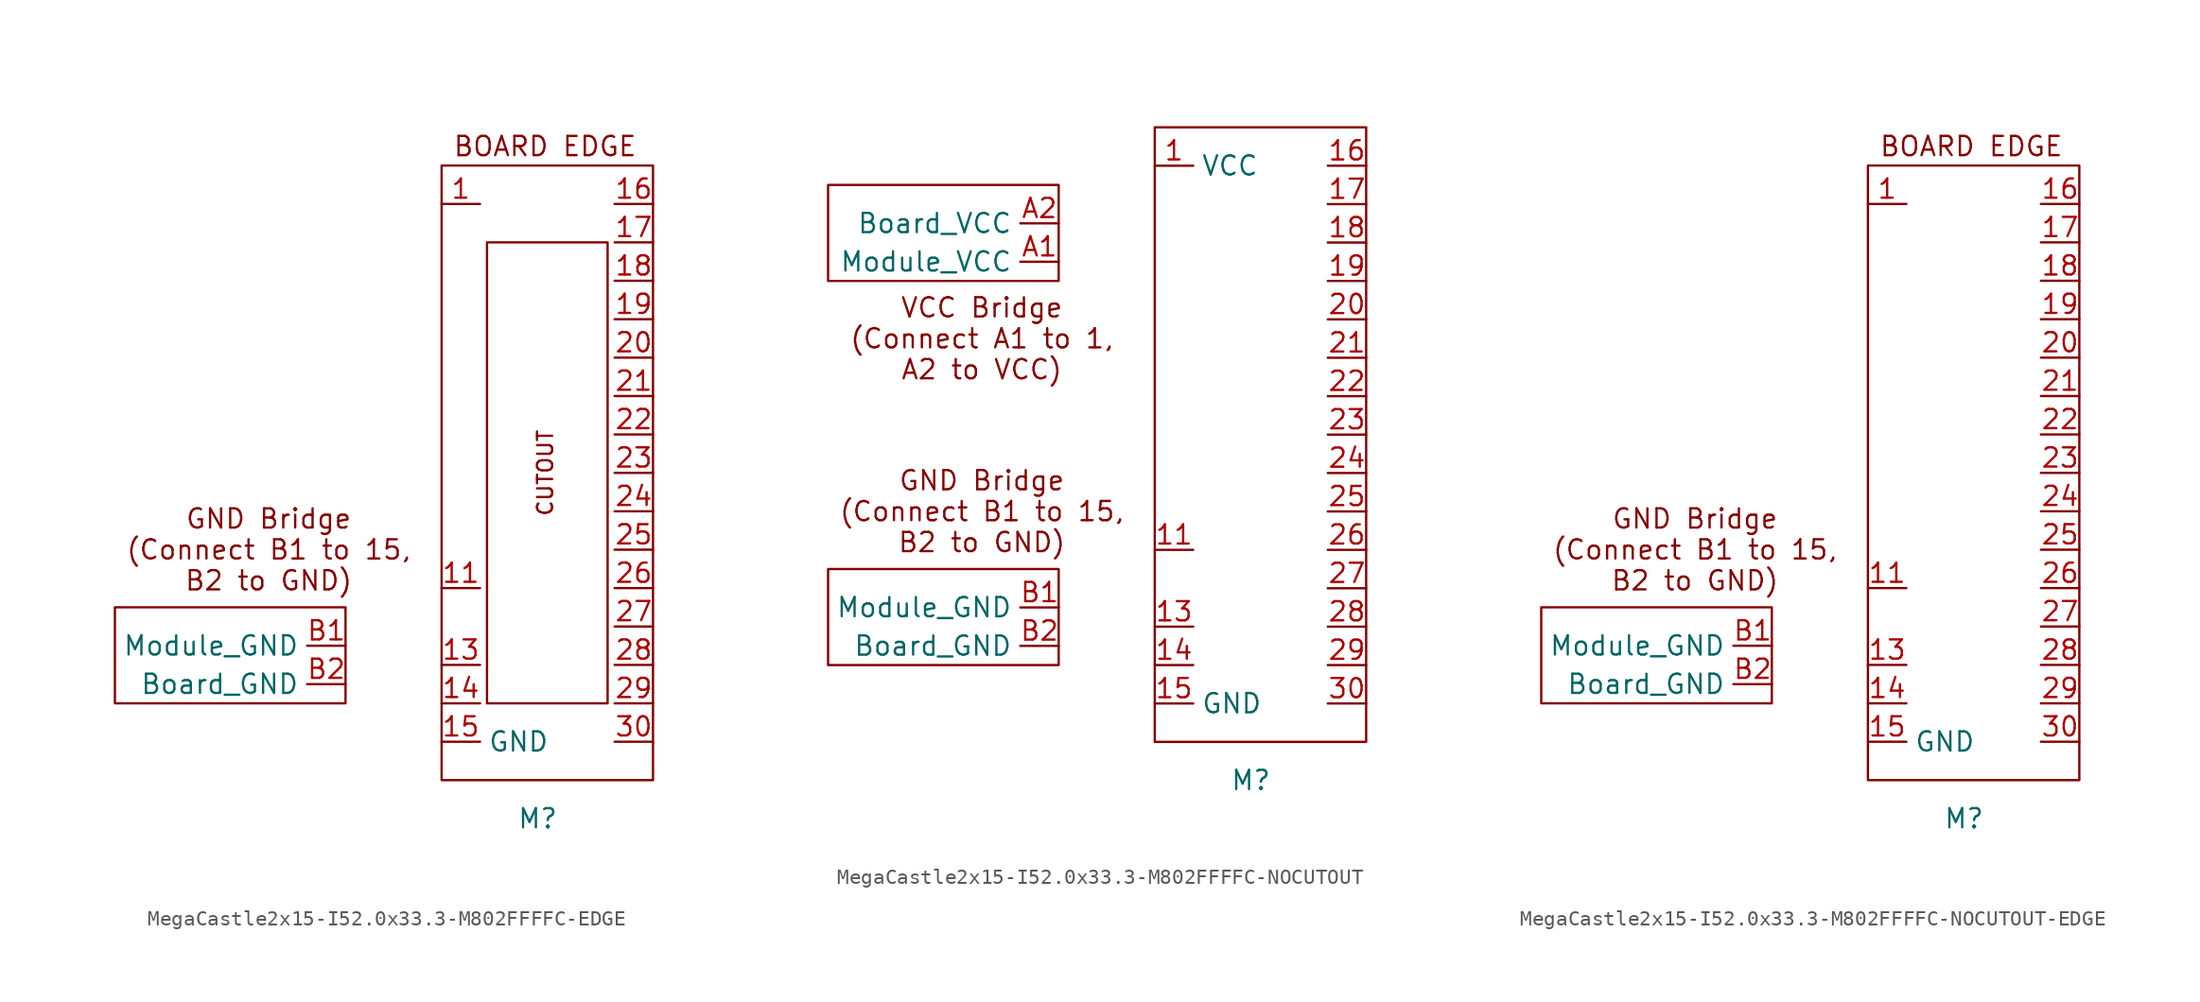
<source format=kicad_sym>
(kicad_symbol_lib
  (version 20231120)
  (generator "kicad_symbol_editor")
  (generator_version "8.0")
  (symbol "MegaCastle2x15-I52.0x33.3-M802FFFFC-EDGE"
    (property "Reference" "M"
      (at 0 -22.86 0)
      (effects (font (size 1.27 1.27))))
    (property "Value" ""
      (at 0 5.08 0)
      (effects (font (size 1.27 1.27))))
    (symbol "MegaCastle2x15-I52.0x33.3-M802FFFFC-EDGE_0_1"
      (rectangle (start -27.94 -8.89) (end -12.7 -15.24) (stroke (width 0) (type default)) (fill (type none)))
      (rectangle (start -6.35 20.32) (end 7.62 -20.32) (stroke (width 0) (type default)) (fill (type none)))
      (rectangle (start -3.35 15.24) (end 4.62 -15.24) (stroke (width 0) (type default)) (fill (type none))))
    (symbol "MegaCastle2x15-I52.0x33.3-M802FFFFC-EDGE_1_1"
      (text " BOARD EDGE" (at 0 21.59 0) (effects (font (size 1.27 1.27))))
      (text "CUTOUT" (at 0.5 0 900) (effects (font (size 1 1))))
      (text "GND Bridge\n(Connect B1 to 15,\nB2 to GND)" (at -17.78 -5.08 0) (effects (font (size 1.27 1.27))))
      (pin bidirectional line (at -6.35 17.78 0) (length 2.54) (name "" (effects (font (size 1.27 1.27)))) (number "1" (effects (font (size 1.27 1.27)))))
      (pin bidirectional line (at -6.35 -7.62 0) (length 2.54) (name "" (effects (font (size 1.27 1.27)))) (number "11" (effects (font (size 1.27 1.27)))))
      (pin bidirectional line (at -6.35 -12.7 0) (length 2.54) (name "" (effects (font (size 1.27 1.27)))) (number "13" (effects (font (size 1.27 1.27)))))
      (pin bidirectional line (at -6.35 -15.24 0) (length 2.54) (name "" (effects (font (size 1.27 1.27)))) (number "14" (effects (font (size 1.27 1.27)))))
      (pin bidirectional line (at -6.35 -17.78 0) (length 2.54) (name "GND" (effects (font (size 1.27 1.27)))) (number "15" (effects (font (size 1.27 1.27)))))
      (pin bidirectional line (at 7.62 17.78 180) (length 2.54) (name "" (effects (font (size 1.27 1.27)))) (number "16" (effects (font (size 1.27 1.27)))))
      (pin bidirectional line (at 7.62 15.24 180) (length 2.54) (name "" (effects (font (size 1.27 1.27)))) (number "17" (effects (font (size 1.27 1.27)))))
      (pin bidirectional line (at 7.62 12.7 180) (length 2.54) (name "" (effects (font (size 1.27 1.27)))) (number "18" (effects (font (size 1.27 1.27)))))
      (pin bidirectional line (at 7.62 10.16 180) (length 2.54) (name "" (effects (font (size 1.27 1.27)))) (number "19" (effects (font (size 1.27 1.27)))))
      (pin bidirectional line (at 7.62 7.62 180) (length 2.54) (name "" (effects (font (size 1.27 1.27)))) (number "20" (effects (font (size 1.27 1.27)))))
      (pin bidirectional line (at 7.62 5.08 180) (length 2.54) (name "" (effects (font (size 1.27 1.27)))) (number "21" (effects (font (size 1.27 1.27)))))
      (pin bidirectional line (at 7.62 2.54 180) (length 2.54) (name "" (effects (font (size 1.27 1.27)))) (number "22" (effects (font (size 1.27 1.27)))))
      (pin bidirectional line (at 7.62 0 180) (length 2.54) (name "" (effects (font (size 1.27 1.27)))) (number "23" (effects (font (size 1.27 1.27)))))
      (pin bidirectional line (at 7.62 -2.54 180) (length 2.54) (name "" (effects (font (size 1.27 1.27)))) (number "24" (effects (font (size 1.27 1.27)))))
      (pin bidirectional line (at 7.62 -5.08 180) (length 2.54) (name "" (effects (font (size 1.27 1.27)))) (number "25" (effects (font (size 1.27 1.27)))))
      (pin bidirectional line (at 7.62 -7.62 180) (length 2.54) (name "" (effects (font (size 1.27 1.27)))) (number "26" (effects (font (size 1.27 1.27)))))
      (pin bidirectional line (at 7.62 -10.16 180) (length 2.54) (name "" (effects (font (size 1.27 1.27)))) (number "27" (effects (font (size 1.27 1.27)))))
      (pin bidirectional line (at 7.62 -12.7 180) (length 2.54) (name "" (effects (font (size 1.27 1.27)))) (number "28" (effects (font (size 1.27 1.27)))))
      (pin bidirectional line (at 7.62 -15.24 180) (length 2.54) (name "" (effects (font (size 1.27 1.27)))) (number "29" (effects (font (size 1.27 1.27)))))
      (pin bidirectional line (at 7.62 -17.78 180) (length 2.54) (name "" (effects (font (size 1.27 1.27)))) (number "30" (effects (font (size 1.27 1.27)))))
      (pin bidirectional line (at -12.7 -11.43 180) (length 2.54) (name "Module_GND" (effects (font (size 1.27 1.27)))) (number "B1" (effects (font (size 1.27 1.27)))))
      (pin bidirectional line (at -12.7 -13.97 180) (length 2.54) (name "Board_GND" (effects (font (size 1.27 1.27)))) (number "B2" (effects (font (size 1.27 1.27)))))))
  (symbol "MegaCastle2x15-I52.0x33.3-M802FFFFC-NOCUTOUT"
    (property "Reference" "M"
      (at 0 -22.86 0)
      (effects (font (size 1.27 1.27))))
    (property "Value" ""
      (at 0 5.08 0)
      (effects (font (size 1.27 1.27))))
    (symbol "MegaCastle2x15-I52.0x33.3-M802FFFFC-NOCUTOUT_0_1"
      (rectangle (start -27.94 -8.89) (end -12.7 -15.24) (stroke (width 0) (type default)) (fill (type none)))
      (rectangle (start -27.94 16.51) (end -12.7 10.16) (stroke (width 0) (type default)) (fill (type none)))
      (rectangle (start -6.35 20.32) (end 7.62 -20.32) (stroke (width 0) (type default)) (fill (type none))))
    (symbol "MegaCastle2x15-I52.0x33.3-M802FFFFC-NOCUTOUT_1_1"
      (text "GND Bridge\n(Connect B1 to 15,\nB2 to GND)" (at -17.78 -5.08 0) (effects (font (size 1.27 1.27))))
      (text "VCC Bridge\n(Connect A1 to 1,\nA2 to VCC)" (at -17.78 6.35 0) (effects (font (size 1.27 1.27))))
      (pin bidirectional line (at -6.35 17.78 0) (length 2.54) (name "VCC" (effects (font (size 1.27 1.27)))) (number "1" (effects (font (size 1.27 1.27)))))
      (pin bidirectional line (at -6.35 -7.62 0) (length 2.54) (name "" (effects (font (size 1.27 1.27)))) (number "11" (effects (font (size 1.27 1.27)))))
      (pin bidirectional line (at -6.35 -12.7 0) (length 2.54) (name "" (effects (font (size 1.27 1.27)))) (number "13" (effects (font (size 1.27 1.27)))))
      (pin bidirectional line (at -6.35 -15.24 0) (length 2.54) (name "" (effects (font (size 1.27 1.27)))) (number "14" (effects (font (size 1.27 1.27)))))
      (pin bidirectional line (at -6.35 -17.78 0) (length 2.54) (name "GND" (effects (font (size 1.27 1.27)))) (number "15" (effects (font (size 1.27 1.27)))))
      (pin bidirectional line (at 7.62 17.78 180) (length 2.54) (name "" (effects (font (size 1.27 1.27)))) (number "16" (effects (font (size 1.27 1.27)))))
      (pin bidirectional line (at 7.62 15.24 180) (length 2.54) (name "" (effects (font (size 1.27 1.27)))) (number "17" (effects (font (size 1.27 1.27)))))
      (pin bidirectional line (at 7.62 12.7 180) (length 2.54) (name "" (effects (font (size 1.27 1.27)))) (number "18" (effects (font (size 1.27 1.27)))))
      (pin bidirectional line (at 7.62 10.16 180) (length 2.54) (name "" (effects (font (size 1.27 1.27)))) (number "19" (effects (font (size 1.27 1.27)))))
      (pin bidirectional line (at 7.62 7.62 180) (length 2.54) (name "" (effects (font (size 1.27 1.27)))) (number "20" (effects (font (size 1.27 1.27)))))
      (pin bidirectional line (at 7.62 5.08 180) (length 2.54) (name "" (effects (font (size 1.27 1.27)))) (number "21" (effects (font (size 1.27 1.27)))))
      (pin bidirectional line (at 7.62 2.54 180) (length 2.54) (name "" (effects (font (size 1.27 1.27)))) (number "22" (effects (font (size 1.27 1.27)))))
      (pin bidirectional line (at 7.62 0 180) (length 2.54) (name "" (effects (font (size 1.27 1.27)))) (number "23" (effects (font (size 1.27 1.27)))))
      (pin bidirectional line (at 7.62 -2.54 180) (length 2.54) (name "" (effects (font (size 1.27 1.27)))) (number "24" (effects (font (size 1.27 1.27)))))
      (pin bidirectional line (at 7.62 -5.08 180) (length 2.54) (name "" (effects (font (size 1.27 1.27)))) (number "25" (effects (font (size 1.27 1.27)))))
      (pin bidirectional line (at 7.62 -7.62 180) (length 2.54) (name "" (effects (font (size 1.27 1.27)))) (number "26" (effects (font (size 1.27 1.27)))))
      (pin bidirectional line (at 7.62 -10.16 180) (length 2.54) (name "" (effects (font (size 1.27 1.27)))) (number "27" (effects (font (size 1.27 1.27)))))
      (pin bidirectional line (at 7.62 -12.7 180) (length 2.54) (name "" (effects (font (size 1.27 1.27)))) (number "28" (effects (font (size 1.27 1.27)))))
      (pin bidirectional line (at 7.62 -15.24 180) (length 2.54) (name "" (effects (font (size 1.27 1.27)))) (number "29" (effects (font (size 1.27 1.27)))))
      (pin bidirectional line (at 7.62 -17.78 180) (length 2.54) (name "" (effects (font (size 1.27 1.27)))) (number "30" (effects (font (size 1.27 1.27)))))
      (pin bidirectional line (at -12.7 11.43 180) (length 2.54) (name "Module_VCC" (effects (font (size 1.27 1.27)))) (number "A1" (effects (font (size 1.27 1.27)))))
      (pin bidirectional line (at -12.7 13.97 180) (length 2.54) (name "Board_VCC" (effects (font (size 1.27 1.27)))) (number "A2" (effects (font (size 1.27 1.27)))))
      (pin bidirectional line (at -12.7 -11.43 180) (length 2.54) (name "Module_GND" (effects (font (size 1.27 1.27)))) (number "B1" (effects (font (size 1.27 1.27)))))
      (pin bidirectional line (at -12.7 -13.97 180) (length 2.54) (name "Board_GND" (effects (font (size 1.27 1.27)))) (number "B2" (effects (font (size 1.27 1.27)))))))
  (symbol "MegaCastle2x15-I52.0x33.3-M802FFFFC-NOCUTOUT-EDGE"
    (property "Reference" "M"
      (at 0 -22.86 0)
      (effects (font (size 1.27 1.27))))
    (property "Value" ""
      (at 0 5.08 0)
      (effects (font (size 1.27 1.27))))
    (symbol "MegaCastle2x15-I52.0x33.3-M802FFFFC-NOCUTOUT-EDGE_0_1"
      (rectangle (start -27.94 -8.89) (end -12.7 -15.24) (stroke (width 0) (type default)) (fill (type none)))
      (rectangle (start -6.35 20.32) (end 7.62 -20.32) (stroke (width 0) (type default)) (fill (type none))))
    (symbol "MegaCastle2x15-I52.0x33.3-M802FFFFC-NOCUTOUT-EDGE_1_1"
      (text " BOARD EDGE" (at 0 21.59 0) (effects (font (size 1.27 1.27))))
      (text "GND Bridge\n(Connect B1 to 15,\nB2 to GND)" (at -17.78 -5.08 0) (effects (font (size 1.27 1.27))))
      (pin bidirectional line (at -6.35 17.78 0) (length 2.54) (name "" (effects (font (size 1.27 1.27)))) (number "1" (effects (font (size 1.27 1.27)))))
      (pin bidirectional line (at -6.35 -7.62 0) (length 2.54) (name "" (effects (font (size 1.27 1.27)))) (number "11" (effects (font (size 1.27 1.27)))))
      (pin bidirectional line (at -6.35 -12.7 0) (length 2.54) (name "" (effects (font (size 1.27 1.27)))) (number "13" (effects (font (size 1.27 1.27)))))
      (pin bidirectional line (at -6.35 -15.24 0) (length 2.54) (name "" (effects (font (size 1.27 1.27)))) (number "14" (effects (font (size 1.27 1.27)))))
      (pin bidirectional line (at -6.35 -17.78 0) (length 2.54) (name "GND" (effects (font (size 1.27 1.27)))) (number "15" (effects (font (size 1.27 1.27)))))
      (pin bidirectional line (at 7.62 17.78 180) (length 2.54) (name "" (effects (font (size 1.27 1.27)))) (number "16" (effects (font (size 1.27 1.27)))))
      (pin bidirectional line (at 7.62 15.24 180) (length 2.54) (name "" (effects (font (size 1.27 1.27)))) (number "17" (effects (font (size 1.27 1.27)))))
      (pin bidirectional line (at 7.62 12.7 180) (length 2.54) (name "" (effects (font (size 1.27 1.27)))) (number "18" (effects (font (size 1.27 1.27)))))
      (pin bidirectional line (at 7.62 10.16 180) (length 2.54) (name "" (effects (font (size 1.27 1.27)))) (number "19" (effects (font (size 1.27 1.27)))))
      (pin bidirectional line (at 7.62 7.62 180) (length 2.54) (name "" (effects (font (size 1.27 1.27)))) (number "20" (effects (font (size 1.27 1.27)))))
      (pin bidirectional line (at 7.62 5.08 180) (length 2.54) (name "" (effects (font (size 1.27 1.27)))) (number "21" (effects (font (size 1.27 1.27)))))
      (pin bidirectional line (at 7.62 2.54 180) (length 2.54) (name "" (effects (font (size 1.27 1.27)))) (number "22" (effects (font (size 1.27 1.27)))))
      (pin bidirectional line (at 7.62 0 180) (length 2.54) (name "" (effects (font (size 1.27 1.27)))) (number "23" (effects (font (size 1.27 1.27)))))
      (pin bidirectional line (at 7.62 -2.54 180) (length 2.54) (name "" (effects (font (size 1.27 1.27)))) (number "24" (effects (font (size 1.27 1.27)))))
      (pin bidirectional line (at 7.62 -5.08 180) (length 2.54) (name "" (effects (font (size 1.27 1.27)))) (number "25" (effects (font (size 1.27 1.27)))))
      (pin bidirectional line (at 7.62 -7.62 180) (length 2.54) (name "" (effects (font (size 1.27 1.27)))) (number "26" (effects (font (size 1.27 1.27)))))
      (pin bidirectional line (at 7.62 -10.16 180) (length 2.54) (name "" (effects (font (size 1.27 1.27)))) (number "27" (effects (font (size 1.27 1.27)))))
      (pin bidirectional line (at 7.62 -12.7 180) (length 2.54) (name "" (effects (font (size 1.27 1.27)))) (number "28" (effects (font (size 1.27 1.27)))))
      (pin bidirectional line (at 7.62 -15.24 180) (length 2.54) (name "" (effects (font (size 1.27 1.27)))) (number "29" (effects (font (size 1.27 1.27)))))
      (pin bidirectional line (at 7.62 -17.78 180) (length 2.54) (name "" (effects (font (size 1.27 1.27)))) (number "30" (effects (font (size 1.27 1.27)))))
      (pin bidirectional line (at -12.7 -11.43 180) (length 2.54) (name "Module_GND" (effects (font (size 1.27 1.27)))) (number "B1" (effects (font (size 1.27 1.27)))))
      (pin bidirectional line (at -12.7 -13.97 180) (length 2.54) (name "Board_GND" (effects (font (size 1.27 1.27)))) (number "B2" (effects (font (size 1.27 1.27))))))))
</source>
